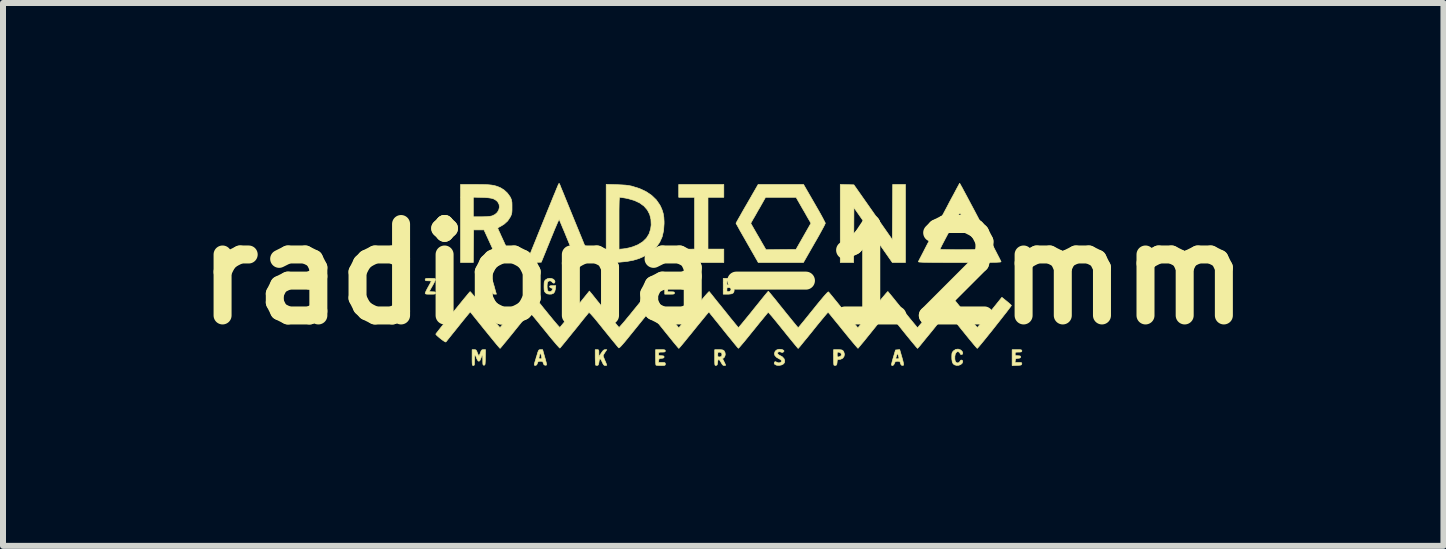
<source format=kicad_pcb>
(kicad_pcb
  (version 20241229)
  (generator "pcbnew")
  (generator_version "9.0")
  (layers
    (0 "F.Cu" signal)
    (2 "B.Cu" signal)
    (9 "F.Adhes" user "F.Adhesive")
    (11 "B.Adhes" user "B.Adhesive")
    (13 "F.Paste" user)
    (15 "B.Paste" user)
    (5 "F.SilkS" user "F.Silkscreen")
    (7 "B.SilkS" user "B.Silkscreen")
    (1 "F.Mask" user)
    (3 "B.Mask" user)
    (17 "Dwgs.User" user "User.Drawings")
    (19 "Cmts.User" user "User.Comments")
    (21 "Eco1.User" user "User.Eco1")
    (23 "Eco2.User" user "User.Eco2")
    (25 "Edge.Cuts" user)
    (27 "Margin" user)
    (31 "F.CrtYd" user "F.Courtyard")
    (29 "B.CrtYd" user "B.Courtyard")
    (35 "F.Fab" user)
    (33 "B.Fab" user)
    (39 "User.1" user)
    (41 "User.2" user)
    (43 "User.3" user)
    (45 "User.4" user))
  (footprint "radiona-12mm"
    (layer "F.Cu")
    (at 9.006 1.519)
    (property "Reference" "radiona-12mm" (at 0 0 0) (layer "F.SilkS") (effects (font (size 1.524 1.524) (thickness 0.3))))
    (attr through_hole)
    (fp_poly (pts (xy 0.01 -1.28) (xy -0.254 -1.28) (xy -0.254 -0.417) (xy 0.01 -0.417) (xy 0.01 -0.193) (xy -0.742 -0.193) (xy -0.737 -0.411) (xy -0.478 -0.417) (xy -0.478 -1.28) (xy -0.742 -1.28) (xy -0.742 -1.494) (xy 0.01 -1.494) (xy 0.01 -1.28)) (stroke (width 0.01) (type solid)) (fill yes) (layer "F.SilkS"))
    (fp_poly (pts (xy 2.064 -1.491) (xy 2.178 -1.488) (xy 2.499 -1.031) (xy 2.819 -0.574) (xy 2.822 -1.034) (xy 2.825 -1.494) (xy 3.038 -1.494) (xy 3.038 -0.193) (xy 2.819 -0.193) (xy 2.499 -0.65) (xy 2.179 -1.108) (xy 2.177 -0.65) (xy 2.174 -0.193) (xy 1.951 -0.193) (xy 1.951 -1.494) (xy 2.064 -1.491)) (stroke (width 0.01) (type solid)) (fill yes) (layer "F.SilkS"))
    (fp_poly (pts (xy -0.854 0.072) (xy -0.829 0.073) (xy -0.817 0.078) (xy -0.813 0.086) (xy -0.813 0.091) (xy -0.815 0.103) (xy -0.826 0.109) (xy -0.849 0.112) (xy -0.869 0.112) (xy -0.926 0.112) (xy -0.923 0.145) (xy -0.919 0.166) (xy -0.909 0.176) (xy -0.887 0.18) (xy -0.876 0.181) (xy -0.848 0.185) (xy -0.836 0.193) (xy -0.833 0.204) (xy -0.836 0.216) (xy -0.849 0.222) (xy -0.877 0.224) (xy -0.879 0.224) (xy -0.907 0.224) (xy -0.92 0.229) (xy -0.924 0.243) (xy -0.925 0.259) (xy -0.925 0.295) (xy -0.869 0.295) (xy -0.836 0.296) (xy -0.82 0.299) (xy -0.813 0.308) (xy -0.813 0.315) (xy -0.814 0.325) (xy -0.822 0.331) (xy -0.84 0.334) (xy -0.873 0.335) (xy -0.894 0.335) (xy -0.975 0.335) (xy -0.975 0.071) (xy -0.894 0.071) (xy -0.854 0.072)) (stroke (width 0.01) (type solid)) (fill yes) (layer "F.SilkS"))
    (fp_poly (pts (xy 0.968 1.255) (xy 0.986 1.26) (xy 1.009 1.272) (xy 1.014 1.285) (xy 1.002 1.299) (xy 1.001 1.3) (xy 0.984 1.307) (xy 0.965 1.301) (xy 0.94 1.294) (xy 0.924 1.296) (xy 0.907 1.308) (xy 0.906 1.326) (xy 0.921 1.343) (xy 0.936 1.352) (xy 0.984 1.378) (xy 1.014 1.41) (xy 1.026 1.446) (xy 1.02 1.478) (xy 1.002 1.499) (xy 0.971 1.515) (xy 0.933 1.522) (xy 0.896 1.52) (xy 0.884 1.517) (xy 0.857 1.502) (xy 0.85 1.485) (xy 0.854 1.473) (xy 0.862 1.461) (xy 0.874 1.461) (xy 0.895 1.47) (xy 0.923 1.48) (xy 0.946 1.477) (xy 0.951 1.475) (xy 0.971 1.459) (xy 0.972 1.442) (xy 0.954 1.424) (xy 0.937 1.415) (xy 0.89 1.388) (xy 0.861 1.357) (xy 0.853 1.324) (xy 0.865 1.289) (xy 0.869 1.283) (xy 0.894 1.263) (xy 0.93 1.253) (xy 0.968 1.255)) (stroke (width 0.01) (type solid)) (fill yes) (layer "F.SilkS"))
    (fp_poly (pts (xy 1.908 1.26) (xy 1.95 1.261) (xy 1.977 1.265) (xy 1.994 1.274) (xy 2.006 1.29) (xy 2.01 1.297) (xy 2.021 1.336) (xy 2.014 1.372) (xy 1.993 1.402) (xy 1.96 1.419) (xy 1.936 1.422) (xy 1.915 1.423) (xy 1.904 1.43) (xy 1.9 1.448) (xy 1.898 1.471) (xy 1.894 1.501) (xy 1.887 1.516) (xy 1.874 1.522) (xy 1.854 1.521) (xy 1.846 1.518) (xy 1.843 1.505) (xy 1.841 1.477) (xy 1.84 1.436) (xy 1.839 1.388) (xy 1.839 1.385) (xy 1.839 1.341) (xy 1.9 1.341) (xy 1.901 1.368) (xy 1.907 1.379) (xy 1.92 1.381) (xy 1.927 1.38) (xy 1.951 1.371) (xy 1.965 1.359) (xy 1.97 1.336) (xy 1.958 1.315) (xy 1.933 1.303) (xy 1.927 1.302) (xy 1.91 1.302) (xy 1.902 1.31) (xy 1.9 1.331) (xy 1.9 1.341) (xy 1.839 1.341) (xy 1.839 1.26) (xy 1.908 1.26)) (stroke (width 0.01) (type solid)) (fill yes) (layer "F.SilkS"))
    (fp_poly (pts (xy 4.938 1.26) (xy 4.962 1.262) (xy 4.974 1.267) (xy 4.978 1.275) (xy 4.978 1.28) (xy 4.976 1.292) (xy 4.965 1.298) (xy 4.942 1.3) (xy 4.923 1.3) (xy 4.891 1.301) (xy 4.874 1.304) (xy 4.868 1.313) (xy 4.867 1.33) (xy 4.867 1.331) (xy 4.868 1.35) (xy 4.876 1.359) (xy 4.895 1.361) (xy 4.912 1.361) (xy 4.941 1.363) (xy 4.955 1.368) (xy 4.958 1.38) (xy 4.958 1.381) (xy 4.954 1.394) (xy 4.939 1.401) (xy 4.915 1.404) (xy 4.888 1.407) (xy 4.874 1.415) (xy 4.869 1.432) (xy 4.869 1.44) (xy 4.865 1.473) (xy 4.923 1.473) (xy 4.955 1.474) (xy 4.972 1.477) (xy 4.977 1.485) (xy 4.977 1.496) (xy 4.973 1.508) (xy 4.965 1.515) (xy 4.947 1.519) (xy 4.914 1.521) (xy 4.895 1.522) (xy 4.816 1.525) (xy 4.816 1.26) (xy 4.897 1.26) (xy 4.938 1.26)) (stroke (width 0.01) (type solid)) (fill yes) (layer "F.SilkS"))
    (fp_poly (pts (xy -3.878 0.076) (xy -3.868 0.079) (xy -3.86 0.085) (xy -3.851 0.099) (xy -3.842 0.123) (xy -3.831 0.159) (xy -3.816 0.21) (xy -3.802 0.262) (xy -3.781 0.335) (xy -3.81 0.335) (xy -3.831 0.332) (xy -3.841 0.317) (xy -3.844 0.304) (xy -3.85 0.285) (xy -3.86 0.276) (xy -3.881 0.275) (xy -3.893 0.276) (xy -3.922 0.28) (xy -3.936 0.289) (xy -3.942 0.305) (xy -3.955 0.326) (xy -3.974 0.333) (xy -4.001 0.336) (xy -3.966 0.219) (xy -3.918 0.219) (xy -3.916 0.23) (xy -3.898 0.234) (xy -3.896 0.234) (xy -3.879 0.232) (xy -3.872 0.225) (xy -3.873 0.206) (xy -3.875 0.191) (xy -3.883 0.156) (xy -3.891 0.14) (xy -3.899 0.144) (xy -3.906 0.167) (xy -3.906 0.168) (xy -3.912 0.196) (xy -3.918 0.217) (xy -3.918 0.219) (xy -3.966 0.219) (xy -3.963 0.206) (xy -3.924 0.076) (xy -3.89 0.076) (xy -3.878 0.076)) (stroke (width 0.01) (type solid)) (fill yes) (layer "F.SilkS"))
    (fp_poly (pts (xy 3.956 1.264) (xy 3.966 1.271) (xy 3.985 1.292) (xy 3.993 1.315) (xy 3.99 1.333) (xy 3.974 1.341) (xy 3.973 1.341) (xy 3.956 1.337) (xy 3.952 1.332) (xy 3.945 1.316) (xy 3.929 1.3) (xy 3.913 1.291) (xy 3.911 1.29) (xy 3.897 1.297) (xy 3.881 1.311) (xy 3.868 1.335) (xy 3.861 1.373) (xy 3.861 1.416) (xy 3.867 1.45) (xy 3.881 1.472) (xy 3.904 1.481) (xy 3.928 1.476) (xy 3.945 1.458) (xy 3.947 1.452) (xy 3.96 1.435) (xy 3.977 1.433) (xy 3.99 1.444) (xy 3.993 1.457) (xy 3.984 1.485) (xy 3.96 1.507) (xy 3.927 1.52) (xy 3.889 1.522) (xy 3.854 1.512) (xy 3.832 1.494) (xy 3.818 1.464) (xy 3.811 1.419) (xy 3.81 1.381) (xy 3.811 1.342) (xy 3.814 1.317) (xy 3.823 1.299) (xy 3.838 1.281) (xy 3.84 1.279) (xy 3.876 1.255) (xy 3.916 1.25) (xy 3.956 1.264)) (stroke (width 0.01) (type solid)) (fill yes) (layer "F.SilkS"))
    (fp_poly (pts (xy 2.979 1.387) (xy 2.994 1.441) (xy 3.003 1.479) (xy 3.007 1.503) (xy 3.006 1.516) (xy 3.001 1.521) (xy 2.977 1.522) (xy 2.96 1.504) (xy 2.953 1.484) (xy 2.947 1.464) (xy 2.935 1.455) (xy 2.911 1.453) (xy 2.907 1.453) (xy 2.88 1.455) (xy 2.866 1.464) (xy 2.856 1.485) (xy 2.855 1.488) (xy 2.843 1.511) (xy 2.827 1.524) (xy 2.813 1.525) (xy 2.805 1.513) (xy 2.805 1.506) (xy 2.808 1.49) (xy 2.816 1.458) (xy 2.827 1.417) (xy 2.829 1.41) (xy 2.875 1.41) (xy 2.884 1.412) (xy 2.905 1.412) (xy 2.924 1.411) (xy 2.93 1.404) (xy 2.927 1.386) (xy 2.924 1.374) (xy 2.914 1.342) (xy 2.907 1.328) (xy 2.899 1.334) (xy 2.891 1.357) (xy 2.889 1.362) (xy 2.881 1.389) (xy 2.876 1.407) (xy 2.875 1.41) (xy 2.829 1.41) (xy 2.839 1.377) (xy 2.872 1.265) (xy 2.942 1.259) (xy 2.979 1.387)) (stroke (width 0.01) (type solid)) (fill yes) (layer "F.SilkS"))
    (fp_poly (pts (xy -1.875 0.073) (xy -1.846 0.08) (xy -1.825 0.092) (xy -1.804 0.121) (xy -1.799 0.156) (xy -1.81 0.193) (xy -1.819 0.206) (xy -1.84 0.233) (xy -1.814 0.284) (xy -1.788 0.335) (xy -1.818 0.335) (xy -1.837 0.333) (xy -1.85 0.323) (xy -1.863 0.301) (xy -1.87 0.284) (xy -1.888 0.251) (xy -1.905 0.235) (xy -1.911 0.234) (xy -1.923 0.237) (xy -1.929 0.249) (xy -1.93 0.276) (xy -1.93 0.284) (xy -1.931 0.315) (xy -1.935 0.33) (xy -1.946 0.335) (xy -1.956 0.335) (xy -1.981 0.335) (xy -1.981 0.152) (xy -1.93 0.152) (xy -1.929 0.179) (xy -1.924 0.19) (xy -1.909 0.192) (xy -1.898 0.191) (xy -1.872 0.184) (xy -1.855 0.17) (xy -1.85 0.147) (xy -1.862 0.127) (xy -1.889 0.115) (xy -1.898 0.114) (xy -1.919 0.113) (xy -1.928 0.119) (xy -1.93 0.139) (xy -1.93 0.152) (xy -1.981 0.152) (xy -1.981 0.071) (xy -1.917 0.071) (xy -1.875 0.073)) (stroke (width 0.01) (type solid)) (fill yes) (layer "F.SilkS"))
    (fp_poly (pts (xy -2.086 1.261) (xy -2.077 1.267) (xy -2.073 1.282) (xy -2.073 1.313) (xy -2.073 1.318) (xy -2.072 1.377) (xy -2.034 1.318) (xy -2.012 1.286) (xy -1.994 1.268) (xy -1.978 1.261) (xy -1.968 1.26) (xy -1.94 1.26) (xy -1.971 1.305) (xy -1.988 1.332) (xy -1.999 1.354) (xy -2.002 1.362) (xy -1.998 1.376) (xy -1.987 1.403) (xy -1.973 1.438) (xy -1.971 1.443) (xy -1.956 1.477) (xy -1.946 1.504) (xy -1.941 1.517) (xy -1.941 1.518) (xy -1.949 1.522) (xy -1.967 1.524) (xy -1.982 1.521) (xy -1.995 1.51) (xy -2.008 1.487) (xy -2.019 1.463) (xy -2.037 1.428) (xy -2.05 1.413) (xy -2.06 1.418) (xy -2.068 1.443) (xy -2.072 1.471) (xy -2.078 1.501) (xy -2.086 1.517) (xy -2.098 1.522) (xy -2.119 1.521) (xy -2.126 1.518) (xy -2.129 1.505) (xy -2.131 1.477) (xy -2.133 1.436) (xy -2.134 1.388) (xy -2.134 1.385) (xy -2.134 1.26) (xy -2.103 1.26) (xy -2.086 1.261)) (stroke (width 0.01) (type solid)) (fill yes) (layer "F.SilkS"))
    (fp_poly (pts (xy -4.839 0.072) (xy -4.813 0.074) (xy -4.8 0.078) (xy -4.796 0.086) (xy -4.796 0.088) (xy -4.8 0.103) (xy -4.813 0.131) (xy -4.832 0.168) (xy -4.846 0.193) (xy -4.868 0.231) (xy -4.885 0.262) (xy -4.895 0.283) (xy -4.897 0.288) (xy -4.888 0.292) (xy -4.865 0.294) (xy -4.846 0.295) (xy -4.816 0.296) (xy -4.801 0.3) (xy -4.796 0.31) (xy -4.796 0.315) (xy -4.797 0.325) (xy -4.805 0.331) (xy -4.822 0.334) (xy -4.853 0.335) (xy -4.882 0.335) (xy -4.925 0.335) (xy -4.951 0.333) (xy -4.964 0.328) (xy -4.968 0.321) (xy -4.968 0.319) (xy -4.963 0.303) (xy -4.95 0.275) (xy -4.931 0.238) (xy -4.917 0.213) (xy -4.896 0.175) (xy -4.879 0.144) (xy -4.869 0.124) (xy -4.867 0.118) (xy -4.876 0.115) (xy -4.899 0.112) (xy -4.917 0.112) (xy -4.948 0.111) (xy -4.963 0.106) (xy -4.968 0.096) (xy -4.968 0.091) (xy -4.967 0.082) (xy -4.959 0.076) (xy -4.942 0.072) (xy -4.911 0.071) (xy -4.882 0.071) (xy -4.839 0.072)) (stroke (width 0.01) (type solid)) (fill yes) (layer "F.SilkS"))
    (fp_poly (pts (xy -2.863 0.073) (xy -2.832 0.085) (xy -2.811 0.105) (xy -2.804 0.128) (xy -2.811 0.147) (xy -2.826 0.152) (xy -2.844 0.143) (xy -2.853 0.132) (xy -2.872 0.116) (xy -2.898 0.113) (xy -2.92 0.123) (xy -2.926 0.131) (xy -2.933 0.157) (xy -2.936 0.193) (xy -2.935 0.232) (xy -2.93 0.264) (xy -2.926 0.275) (xy -2.908 0.291) (xy -2.885 0.293) (xy -2.863 0.283) (xy -2.848 0.262) (xy -2.845 0.245) (xy -2.853 0.236) (xy -2.868 0.232) (xy -2.887 0.222) (xy -2.894 0.211) (xy -2.893 0.2) (xy -2.882 0.195) (xy -2.856 0.193) (xy -2.844 0.193) (xy -2.791 0.193) (xy -2.797 0.246) (xy -2.808 0.291) (xy -2.827 0.319) (xy -2.859 0.333) (xy -2.892 0.335) (xy -2.928 0.331) (xy -2.954 0.318) (xy -2.962 0.31) (xy -2.975 0.296) (xy -2.982 0.279) (xy -2.986 0.255) (xy -2.987 0.218) (xy -2.987 0.203) (xy -2.986 0.161) (xy -2.984 0.134) (xy -2.977 0.115) (xy -2.967 0.101) (xy -2.962 0.096) (xy -2.933 0.078) (xy -2.898 0.07) (xy -2.863 0.073)) (stroke (width 0.01) (type solid)) (fill yes) (layer "F.SilkS"))
    (fp_poly (pts (xy -1.006 1.26) (xy -0.982 1.262) (xy -0.97 1.267) (xy -0.966 1.275) (xy -0.965 1.28) (xy -0.968 1.292) (xy -0.978 1.298) (xy -1.001 1.3) (xy -1.021 1.3) (xy -1.053 1.301) (xy -1.07 1.304) (xy -1.076 1.313) (xy -1.077 1.33) (xy -1.077 1.331) (xy -1.076 1.35) (xy -1.068 1.359) (xy -1.048 1.361) (xy -1.031 1.361) (xy -1.003 1.363) (xy -0.989 1.368) (xy -0.986 1.38) (xy -0.986 1.381) (xy -0.989 1.394) (xy -1.005 1.401) (xy -1.029 1.404) (xy -1.056 1.407) (xy -1.069 1.415) (xy -1.074 1.432) (xy -1.075 1.44) (xy -1.078 1.473) (xy -1.022 1.473) (xy -0.989 1.474) (xy -0.973 1.477) (xy -0.966 1.486) (xy -0.965 1.499) (xy -0.966 1.512) (xy -0.972 1.519) (xy -0.987 1.523) (xy -1.016 1.524) (xy -1.04 1.524) (xy -1.077 1.523) (xy -1.106 1.521) (xy -1.12 1.518) (xy -1.121 1.517) (xy -1.124 1.505) (xy -1.126 1.477) (xy -1.127 1.436) (xy -1.128 1.388) (xy -1.128 1.385) (xy -1.128 1.26) (xy -1.046 1.26) (xy -1.006 1.26)) (stroke (width 0.01) (type solid)) (fill yes) (layer "F.SilkS"))
    (fp_poly (pts (xy -2.977 1.379) (xy -2.961 1.434) (xy -2.951 1.472) (xy -2.946 1.497) (xy -2.945 1.511) (xy -2.948 1.517) (xy -2.956 1.519) (xy -2.966 1.519) (xy -2.985 1.514) (xy -2.996 1.496) (xy -2.999 1.486) (xy -3.007 1.464) (xy -3.02 1.455) (xy -3.044 1.453) (xy -3.048 1.453) (xy -3.074 1.455) (xy -3.088 1.463) (xy -3.096 1.483) (xy -3.097 1.486) (xy -3.109 1.513) (xy -3.127 1.522) (xy -3.146 1.52) (xy -3.15 1.511) (xy -3.147 1.491) (xy -3.14 1.467) (xy -3.133 1.444) (xy -3.122 1.408) (xy -3.118 1.394) (xy -3.071 1.394) (xy -3.07 1.408) (xy -3.061 1.412) (xy -3.048 1.412) (xy -3.031 1.411) (xy -3.025 1.405) (xy -3.026 1.388) (xy -3.031 1.367) (xy -3.038 1.339) (xy -3.045 1.323) (xy -3.048 1.321) (xy -3.054 1.33) (xy -3.062 1.352) (xy -3.065 1.367) (xy -3.071 1.394) (xy -3.118 1.394) (xy -3.109 1.365) (xy -3.104 1.349) (xy -3.092 1.307) (xy -3.082 1.281) (xy -3.073 1.267) (xy -3.063 1.261) (xy -3.048 1.26) (xy -3.044 1.26) (xy -3.01 1.26) (xy -2.977 1.379)) (stroke (width 0.01) (type solid)) (fill yes) (layer "F.SilkS"))
    (fp_poly (pts (xy 0.122 0.075) (xy 0.158 0.086) (xy 0.178 0.106) (xy 0.183 0.13) (xy 0.177 0.16) (xy 0.168 0.18) (xy 0.158 0.197) (xy 0.162 0.208) (xy 0.168 0.214) (xy 0.178 0.232) (xy 0.183 0.261) (xy 0.183 0.265) (xy 0.178 0.297) (xy 0.163 0.318) (xy 0.134 0.33) (xy 0.088 0.335) (xy 0.069 0.335) (xy 0 0.335) (xy 0 0.259) (xy 0.061 0.259) (xy 0.061 0.26) (xy 0.062 0.284) (xy 0.07 0.293) (xy 0.088 0.293) (xy 0.088 0.293) (xy 0.112 0.285) (xy 0.125 0.273) (xy 0.131 0.249) (xy 0.12 0.231) (xy 0.095 0.224) (xy 0.092 0.224) (xy 0.071 0.225) (xy 0.063 0.235) (xy 0.061 0.259) (xy 0 0.259) (xy 0 0.146) (xy 0.061 0.146) (xy 0.061 0.147) (xy 0.063 0.171) (xy 0.071 0.181) (xy 0.085 0.183) (xy 0.11 0.176) (xy 0.123 0.167) (xy 0.13 0.146) (xy 0.12 0.127) (xy 0.096 0.115) (xy 0.088 0.114) (xy 0.07 0.113) (xy 0.062 0.123) (xy 0.061 0.146) (xy 0 0.146) (xy 0 0.071) (xy 0.069 0.071) (xy 0.122 0.075)) (stroke (width 0.01) (type solid)) (fill yes) (layer "F.SilkS"))
    (fp_poly (pts (xy -0.033 1.261) (xy -0.008 1.265) (xy 0.009 1.274) (xy 0.016 1.281) (xy 0.031 1.311) (xy 0.034 1.346) (xy 0.024 1.378) (xy 0.012 1.393) (xy -0.011 1.411) (xy 0.015 1.462) (xy 0.029 1.491) (xy 0.038 1.512) (xy 0.041 1.519) (xy 0.032 1.523) (xy 0.015 1.524) (xy -0.002 1.52) (xy -0.017 1.505) (xy -0.034 1.475) (xy -0.036 1.473) (xy -0.056 1.439) (xy -0.072 1.424) (xy -0.084 1.429) (xy -0.092 1.453) (xy -0.093 1.471) (xy -0.097 1.501) (xy -0.104 1.516) (xy -0.117 1.522) (xy -0.119 1.522) (xy -0.129 1.523) (xy -0.135 1.52) (xy -0.139 1.51) (xy -0.141 1.49) (xy -0.142 1.456) (xy -0.142 1.406) (xy -0.142 1.393) (xy -0.142 1.34) (xy -0.091 1.34) (xy -0.09 1.367) (xy -0.084 1.379) (xy -0.069 1.382) (xy -0.069 1.382) (xy -0.044 1.378) (xy -0.032 1.373) (xy -0.023 1.357) (xy -0.022 1.335) (xy -0.028 1.314) (xy -0.043 1.305) (xy -0.058 1.302) (xy -0.079 1.302) (xy -0.089 1.308) (xy -0.091 1.327) (xy -0.091 1.34) (xy -0.142 1.34) (xy -0.142 1.26) (xy -0.073 1.26) (xy -0.033 1.261)) (stroke (width 0.01) (type solid)) (fill yes) (layer "F.SilkS"))
    (fp_poly (pts (xy -4.131 1.261) (xy -4.118 1.269) (xy -4.107 1.288) (xy -4.099 1.311) (xy -4.087 1.339) (xy -4.077 1.357) (xy -4.073 1.361) (xy -4.066 1.353) (xy -4.055 1.33) (xy -4.048 1.311) (xy -4.036 1.281) (xy -4.025 1.266) (xy -4.01 1.26) (xy -3.996 1.26) (xy -3.962 1.26) (xy -3.965 1.389) (xy -3.966 1.443) (xy -3.968 1.479) (xy -3.97 1.502) (xy -3.975 1.513) (xy -3.981 1.518) (xy -3.988 1.519) (xy -3.998 1.517) (xy -4.004 1.51) (xy -4.007 1.493) (xy -4.008 1.462) (xy -4.008 1.431) (xy -4.009 1.392) (xy -4.011 1.363) (xy -4.014 1.348) (xy -4.015 1.347) (xy -4.022 1.359) (xy -4.032 1.383) (xy -4.039 1.402) (xy -4.054 1.438) (xy -4.07 1.453) (xy -4.086 1.448) (xy -4.102 1.422) (xy -4.11 1.405) (xy -4.124 1.369) (xy -4.134 1.352) (xy -4.14 1.353) (xy -4.144 1.374) (xy -4.145 1.414) (xy -4.145 1.431) (xy -4.146 1.475) (xy -4.147 1.502) (xy -4.151 1.517) (xy -4.157 1.523) (xy -4.166 1.524) (xy -4.174 1.523) (xy -4.18 1.517) (xy -4.183 1.504) (xy -4.185 1.48) (xy -4.186 1.442) (xy -4.186 1.392) (xy -4.186 1.26) (xy -4.151 1.26) (xy -4.131 1.261)) (stroke (width 0.01) (type solid)) (fill yes) (layer "F.SilkS"))
    (fp_poly (pts (xy 1.52 -1.181) (xy 1.562 -1.108) (xy 1.601 -1.04) (xy 1.635 -0.979) (xy 1.663 -0.927) (xy 1.684 -0.886) (xy 1.698 -0.859) (xy 1.702 -0.848) (xy 1.697 -0.835) (xy 1.683 -0.806) (xy 1.661 -0.764) (xy 1.632 -0.711) (xy 1.598 -0.649) (xy 1.559 -0.58) (xy 1.519 -0.511) (xy 1.337 -0.193) (xy 0.96 -0.193) (xy 0.584 -0.193) (xy 0.399 -0.517) (xy 0.357 -0.591) (xy 0.318 -0.659) (xy 0.283 -0.72) (xy 0.255 -0.771) (xy 0.233 -0.811) (xy 0.218 -0.837) (xy 0.214 -0.847) (xy 0.459 -0.847) (xy 0.505 -0.766) (xy 0.527 -0.728) (xy 0.556 -0.677) (xy 0.589 -0.621) (xy 0.622 -0.564) (xy 0.632 -0.546) (xy 0.713 -0.406) (xy 0.963 -0.409) (xy 1.213 -0.411) (xy 1.338 -0.63) (xy 1.462 -0.848) (xy 1.445 -0.878) (xy 1.434 -0.897) (xy 1.415 -0.929) (xy 1.39 -0.973) (xy 1.361 -1.025) (xy 1.328 -1.081) (xy 1.32 -1.095) (xy 1.214 -1.28) (xy 0.96 -1.28) (xy 0.706 -1.28) (xy 0.61 -1.11) (xy 0.577 -1.054) (xy 0.547 -1) (xy 0.52 -0.953) (xy 0.498 -0.916) (xy 0.486 -0.894) (xy 0.459 -0.847) (xy 0.214 -0.847) (xy 0.213 -0.847) (xy 0.213 -0.847) (xy 0.218 -0.858) (xy 0.232 -0.883) (xy 0.254 -0.923) (xy 0.283 -0.973) (xy 0.317 -1.034) (xy 0.356 -1.102) (xy 0.398 -1.174) (xy 0.582 -1.494) (xy 1.339 -1.494) (xy 1.52 -1.181)) (stroke (width 0.01) (type solid)) (fill yes) (layer "F.SilkS"))
    (fp_poly (pts (xy -1.775 -1.491) (xy -1.694 -1.487) (xy -1.628 -1.483) (xy -1.574 -1.476) (xy -1.528 -1.467) (xy -1.517 -1.464) (xy -1.393 -1.425) (xy -1.285 -1.374) (xy -1.193 -1.312) (xy -1.117 -1.239) (xy -1.059 -1.156) (xy -1.042 -1.124) (xy -1.017 -1.065) (xy -1 -1.008) (xy -0.99 -0.948) (xy -0.986 -0.877) (xy -0.986 -0.84) (xy -0.994 -0.725) (xy -1.018 -0.621) (xy -1.059 -0.53) (xy -1.117 -0.448) (xy -1.192 -0.377) (xy -1.234 -0.347) (xy -1.317 -0.298) (xy -1.404 -0.259) (xy -1.498 -0.231) (xy -1.603 -0.211) (xy -1.723 -0.199) (xy -1.786 -0.196) (xy -1.951 -0.19) (xy -1.951 -0.847) (xy -1.737 -0.847) (xy -1.737 -0.414) (xy -1.667 -0.42) (xy -1.62 -0.427) (xy -1.567 -0.438) (xy -1.517 -0.452) (xy -1.516 -0.452) (xy -1.42 -0.49) (xy -1.342 -0.539) (xy -1.28 -0.599) (xy -1.236 -0.67) (xy -1.21 -0.751) (xy -1.201 -0.819) (xy -1.205 -0.912) (xy -1.226 -0.996) (xy -1.265 -1.07) (xy -1.321 -1.134) (xy -1.394 -1.187) (xy -1.483 -1.228) (xy -1.587 -1.258) (xy -1.62 -1.265) (xy -1.662 -1.272) (xy -1.697 -1.277) (xy -1.719 -1.28) (xy -1.723 -1.28) (xy -1.727 -1.277) (xy -1.73 -1.268) (xy -1.732 -1.249) (xy -1.734 -1.221) (xy -1.735 -1.181) (xy -1.736 -1.127) (xy -1.737 -1.059) (xy -1.737 -0.974) (xy -1.737 -0.87) (xy -1.737 -0.847) (xy -1.951 -0.847) (xy -1.951 -1.496) (xy -1.775 -1.491)) (stroke (width 0.01) (type solid)) (fill yes) (layer "F.SilkS"))
    (fp_poly (pts (xy -2.729 -1.505) (xy -2.725 -1.494) (xy -2.719 -1.48) (xy -2.707 -1.449) (xy -2.688 -1.403) (xy -2.663 -1.343) (xy -2.634 -1.271) (xy -2.6 -1.188) (xy -2.563 -1.097) (xy -2.523 -0.999) (xy -2.481 -0.896) (xy -2.476 -0.884) (xy -2.433 -0.779) (xy -2.392 -0.679) (xy -2.353 -0.584) (xy -2.318 -0.498) (xy -2.287 -0.421) (xy -2.26 -0.356) (xy -2.239 -0.304) (xy -2.224 -0.267) (xy -2.216 -0.247) (xy -2.216 -0.246) (xy -2.195 -0.192) (xy -2.318 -0.195) (xy -2.44 -0.198) (xy -2.584 -0.55) (xy -2.617 -0.63) (xy -2.647 -0.704) (xy -2.675 -0.769) (xy -2.698 -0.825) (xy -2.716 -0.868) (xy -2.728 -0.897) (xy -2.734 -0.909) (xy -2.734 -0.909) (xy -2.74 -0.902) (xy -2.752 -0.879) (xy -2.768 -0.843) (xy -2.788 -0.796) (xy -2.81 -0.745) (xy -2.838 -0.676) (xy -2.871 -0.596) (xy -2.905 -0.512) (xy -2.938 -0.432) (xy -2.956 -0.386) (xy -3.033 -0.198) (xy -3.152 -0.195) (xy -3.2 -0.195) (xy -3.238 -0.196) (xy -3.263 -0.198) (xy -3.272 -0.202) (xy -3.268 -0.212) (xy -3.257 -0.24) (xy -3.24 -0.282) (xy -3.218 -0.338) (xy -3.191 -0.406) (xy -3.16 -0.482) (xy -3.126 -0.566) (xy -3.09 -0.656) (xy -3.052 -0.75) (xy -3.013 -0.846) (xy -2.974 -0.942) (xy -2.936 -1.036) (xy -2.899 -1.127) (xy -2.864 -1.212) (xy -2.833 -1.289) (xy -2.804 -1.358) (xy -2.781 -1.415) (xy -2.762 -1.46) (xy -2.75 -1.489) (xy -2.744 -1.502) (xy -2.736 -1.512) (xy -2.729 -1.505)) (stroke (width 0.01) (type solid)) (fill yes) (layer "F.SilkS"))
    (fp_poly (pts (xy -4.042 -1.493) (xy -3.97 -1.492) (xy -3.911 -1.489) (xy -3.862 -1.484) (xy -3.821 -1.477) (xy -3.784 -1.467) (xy -3.748 -1.454) (xy -3.711 -1.438) (xy -3.652 -1.401) (xy -3.598 -1.351) (xy -3.555 -1.292) (xy -3.546 -1.275) (xy -3.534 -1.249) (xy -3.527 -1.223) (xy -3.522 -1.193) (xy -3.521 -1.152) (xy -3.521 -1.118) (xy -3.521 -1.067) (xy -3.523 -1.031) (xy -3.528 -1.004) (xy -3.537 -0.978) (xy -3.549 -0.953) (xy -3.593 -0.886) (xy -3.654 -0.831) (xy -3.708 -0.798) (xy -3.736 -0.783) (xy -3.754 -0.771) (xy -3.759 -0.766) (xy -3.755 -0.756) (xy -3.744 -0.729) (xy -3.725 -0.689) (xy -3.702 -0.637) (xy -3.674 -0.577) (xy -3.643 -0.509) (xy -3.632 -0.485) (xy -3.6 -0.416) (xy -3.571 -0.352) (xy -3.546 -0.296) (xy -3.526 -0.252) (xy -3.512 -0.22) (xy -3.506 -0.203) (xy -3.505 -0.201) (xy -3.515 -0.198) (xy -3.54 -0.196) (xy -3.579 -0.195) (xy -3.622 -0.195) (xy -3.74 -0.198) (xy -3.864 -0.467) (xy -3.988 -0.737) (xy -4.161 -0.737) (xy -4.166 -0.193) (xy -4.379 -0.193) (xy -4.379 -0.955) (xy -4.166 -0.955) (xy -4.035 -0.955) (xy -3.953 -0.957) (xy -3.89 -0.963) (xy -3.853 -0.97) (xy -3.804 -0.994) (xy -3.766 -1.028) (xy -3.742 -1.069) (xy -3.731 -1.115) (xy -3.736 -1.16) (xy -3.758 -1.202) (xy -3.772 -1.217) (xy -3.799 -1.238) (xy -3.829 -1.254) (xy -3.867 -1.265) (xy -3.916 -1.272) (xy -3.979 -1.277) (xy -4.021 -1.278) (xy -4.166 -1.282) (xy -4.166 -0.955) (xy -4.379 -0.955) (xy -4.379 -1.494) (xy -4.132 -1.494) (xy -4.042 -1.493)) (stroke (width 0.01) (type solid)) (fill yes) (layer "F.SilkS"))
    (fp_poly (pts (xy 3.947 -1.505) (xy 3.961 -1.48) (xy 3.983 -1.441) (xy 4.011 -1.388) (xy 4.045 -1.325) (xy 4.084 -1.252) (xy 4.127 -1.171) (xy 4.173 -1.085) (xy 4.221 -0.994) (xy 4.27 -0.901) (xy 4.32 -0.807) (xy 4.369 -0.715) (xy 4.416 -0.624) (xy 4.461 -0.539) (xy 4.503 -0.459) (xy 4.54 -0.387) (xy 4.572 -0.325) (xy 4.598 -0.275) (xy 4.617 -0.237) (xy 4.629 -0.214) (xy 4.631 -0.208) (xy 4.63 -0.205) (xy 4.624 -0.202) (xy 4.611 -0.2) (xy 4.591 -0.199) (xy 4.562 -0.197) (xy 4.522 -0.196) (xy 4.471 -0.195) (xy 4.406 -0.194) (xy 4.328 -0.194) (xy 4.233 -0.193) (xy 4.121 -0.193) (xy 3.991 -0.193) (xy 3.942 -0.193) (xy 3.803 -0.193) (xy 3.683 -0.193) (xy 3.581 -0.194) (xy 3.496 -0.194) (xy 3.426 -0.195) (xy 3.369 -0.196) (xy 3.326 -0.197) (xy 3.294 -0.199) (xy 3.272 -0.2) (xy 3.259 -0.203) (xy 3.253 -0.205) (xy 3.253 -0.206) (xy 3.258 -0.218) (xy 3.272 -0.246) (xy 3.294 -0.288) (xy 3.322 -0.342) (xy 3.356 -0.408) (xy 3.359 -0.414) (xy 3.614 -0.414) (xy 3.625 -0.412) (xy 3.654 -0.41) (xy 3.698 -0.409) (xy 3.755 -0.408) (xy 3.822 -0.407) (xy 3.898 -0.406) (xy 3.942 -0.406) (xy 4.021 -0.407) (xy 4.093 -0.407) (xy 4.157 -0.408) (xy 4.208 -0.41) (xy 4.246 -0.411) (xy 4.267 -0.413) (xy 4.27 -0.414) (xy 4.266 -0.424) (xy 4.254 -0.449) (xy 4.235 -0.487) (xy 4.21 -0.535) (xy 4.18 -0.591) (xy 4.148 -0.651) (xy 4.114 -0.715) (xy 4.08 -0.779) (xy 4.046 -0.84) (xy 4.016 -0.896) (xy 3.989 -0.944) (xy 3.967 -0.983) (xy 3.952 -1.009) (xy 3.949 -1.014) (xy 3.942 -1.011) (xy 3.927 -0.991) (xy 3.904 -0.954) (xy 3.873 -0.901) (xy 3.833 -0.83) (xy 3.784 -0.742) (xy 3.775 -0.725) (xy 3.736 -0.653) (xy 3.701 -0.587) (xy 3.67 -0.528) (xy 3.645 -0.48) (xy 3.627 -0.443) (xy 3.616 -0.42) (xy 3.614 -0.414) (xy 3.359 -0.414) (xy 3.394 -0.482) (xy 3.437 -0.564) (xy 3.483 -0.651) (xy 3.531 -0.742) (xy 3.58 -0.836) (xy 3.629 -0.93) (xy 3.678 -1.022) (xy 3.726 -1.112) (xy 3.77 -1.197) (xy 3.812 -1.275) (xy 3.85 -1.345) (xy 3.882 -1.406) (xy 3.908 -1.454) (xy 3.927 -1.489) (xy 3.939 -1.51) (xy 3.942 -1.514) (xy 3.947 -1.505)) (stroke (width 0.01) (type solid)) (fill yes) (layer "F.SilkS"))
    (fp_poly (pts (xy -2.211 0.307) (xy -2.2 0.32) (xy -2.178 0.347) (xy -2.147 0.386) (xy -2.108 0.435) (xy -2.062 0.491) (xy -2.012 0.554) (xy -1.969 0.607) (xy -1.916 0.672) (xy -1.868 0.731) (xy -1.825 0.784) (xy -1.789 0.828) (xy -1.761 0.862) (xy -1.743 0.882) (xy -1.737 0.889) (xy -1.729 0.883) (xy -1.71 0.862) (xy -1.681 0.829) (xy -1.643 0.785) (xy -1.599 0.731) (xy -1.549 0.671) (xy -1.495 0.604) (xy -1.483 0.589) (xy -1.428 0.522) (xy -1.378 0.459) (xy -1.333 0.404) (xy -1.295 0.357) (xy -1.265 0.32) (xy -1.245 0.296) (xy -1.236 0.285) (xy -1.236 0.284) (xy -1.229 0.292) (xy -1.211 0.314) (xy -1.184 0.348) (xy -1.147 0.393) (xy -1.104 0.447) (xy -1.055 0.508) (xy -1.001 0.575) (xy -0.99 0.589) (xy -0.936 0.657) (xy -0.885 0.719) (xy -0.84 0.775) (xy -0.802 0.822) (xy -0.771 0.858) (xy -0.751 0.883) (xy -0.741 0.893) (xy -0.74 0.894) (xy -0.733 0.886) (xy -0.714 0.864) (xy -0.685 0.83) (xy -0.648 0.785) (xy -0.604 0.731) (xy -0.554 0.67) (xy -0.5 0.603) (xy -0.488 0.588) (xy -0.433 0.521) (xy -0.382 0.459) (xy -0.337 0.404) (xy -0.298 0.358) (xy -0.267 0.323) (xy -0.245 0.3) (xy -0.235 0.291) (xy -0.234 0.291) (xy -0.226 0.301) (xy -0.207 0.324) (xy -0.178 0.36) (xy -0.141 0.407) (xy -0.097 0.462) (xy -0.047 0.523) (xy 0.007 0.59) (xy 0.01 0.594) (xy 0.064 0.661) (xy 0.113 0.723) (xy 0.158 0.777) (xy 0.195 0.823) (xy 0.225 0.859) (xy 0.244 0.882) (xy 0.253 0.892) (xy 0.253 0.892) (xy 0.261 0.885) (xy 0.28 0.863) (xy 0.308 0.83) (xy 0.345 0.785) (xy 0.389 0.731) (xy 0.439 0.67) (xy 0.493 0.603) (xy 0.503 0.59) (xy 0.558 0.522) (xy 0.608 0.46) (xy 0.653 0.404) (xy 0.691 0.357) (xy 0.721 0.321) (xy 0.742 0.296) (xy 0.751 0.286) (xy 0.752 0.286) (xy 0.759 0.293) (xy 0.778 0.315) (xy 0.806 0.349) (xy 0.843 0.394) (xy 0.887 0.448) (xy 0.936 0.51) (xy 0.99 0.576) (xy 1.001 0.59) (xy 1.055 0.658) (xy 1.106 0.72) (xy 1.151 0.776) (xy 1.189 0.822) (xy 1.219 0.859) (xy 1.24 0.883) (xy 1.249 0.894) (xy 1.25 0.894) (xy 1.257 0.886) (xy 1.276 0.864) (xy 1.304 0.83) (xy 1.341 0.785) (xy 1.385 0.731) (xy 1.434 0.67) (xy 1.488 0.603) (xy 1.499 0.59) (xy 1.567 0.505) (xy 1.624 0.436) (xy 1.67 0.381) (xy 1.705 0.341) (xy 1.731 0.313) (xy 1.747 0.299) (xy 1.754 0.296) (xy 1.763 0.306) (xy 1.783 0.33) (xy 1.813 0.366) (xy 1.851 0.413) (xy 1.896 0.468) (xy 1.946 0.53) (xy 2 0.597) (xy 2.003 0.6) (xy 2.056 0.667) (xy 2.106 0.728) (xy 2.15 0.782) (xy 2.188 0.828) (xy 2.217 0.862) (xy 2.236 0.885) (xy 2.244 0.894) (xy 2.245 0.894) (xy 2.252 0.886) (xy 2.271 0.864) (xy 2.299 0.83) (xy 2.336 0.785) (xy 2.38 0.731) (xy 2.43 0.67) (xy 2.484 0.603) (xy 2.494 0.59) (xy 2.548 0.522) (xy 2.599 0.46) (xy 2.644 0.405) (xy 2.683 0.359) (xy 2.713 0.323) (xy 2.734 0.3) (xy 2.744 0.29) (xy 2.744 0.29) (xy 2.752 0.299) (xy 2.771 0.322) (xy 2.8 0.357) (xy 2.837 0.402) (xy 2.881 0.457) (xy 2.931 0.518) (xy 2.985 0.585) (xy 2.992 0.594) (xy 3.047 0.661) (xy 3.097 0.723) (xy 3.142 0.778) (xy 3.18 0.824) (xy 3.21 0.86) (xy 3.23 0.884) (xy 3.239 0.893) (xy 3.24 0.894) (xy 3.247 0.886) (xy 3.265 0.864) (xy 3.293 0.831) (xy 3.328 0.788) (xy 3.369 0.738) (xy 3.415 0.682) (xy 3.463 0.623) (xy 3.512 0.563) (xy 3.56 0.503) (xy 3.606 0.446) (xy 3.647 0.394) (xy 3.683 0.349) (xy 3.711 0.313) (xy 3.72 0.303) (xy 3.724 0.298) (xy 3.73 0.296) (xy 3.737 0.299) (xy 3.748 0.307) (xy 3.763 0.322) (xy 3.785 0.346) (xy 3.813 0.38) (xy 3.85 0.424) (xy 3.897 0.482) (xy 3.954 0.553) (xy 3.982 0.588) (xy 4.037 0.656) (xy 4.088 0.718) (xy 4.134 0.773) (xy 4.173 0.819) (xy 4.204 0.855) (xy 4.226 0.879) (xy 4.237 0.888) (xy 4.237 0.889) (xy 4.246 0.88) (xy 4.265 0.857) (xy 4.294 0.822) (xy 4.331 0.777) (xy 4.374 0.724) (xy 4.422 0.665) (xy 4.446 0.635) (xy 4.645 0.387) (xy 4.723 0.45) (xy 4.757 0.478) (xy 4.784 0.502) (xy 4.8 0.518) (xy 4.804 0.523) (xy 4.798 0.533) (xy 4.781 0.556) (xy 4.754 0.592) (xy 4.72 0.637) (xy 4.678 0.69) (xy 4.632 0.749) (xy 4.582 0.812) (xy 4.531 0.877) (xy 4.479 0.943) (xy 4.428 1.006) (xy 4.38 1.066) (xy 4.336 1.12) (xy 4.298 1.166) (xy 4.268 1.202) (xy 4.246 1.227) (xy 4.235 1.238) (xy 4.235 1.239) (xy 4.227 1.231) (xy 4.208 1.21) (xy 4.179 1.176) (xy 4.142 1.131) (xy 4.097 1.077) (xy 4.047 1.015) (xy 3.993 0.948) (xy 3.981 0.934) (xy 3.919 0.856) (xy 3.868 0.793) (xy 3.827 0.743) (xy 3.795 0.705) (xy 3.771 0.677) (xy 3.753 0.658) (xy 3.741 0.647) (xy 3.732 0.643) (xy 3.726 0.643) (xy 3.721 0.646) (xy 3.719 0.649) (xy 3.697 0.678) (xy 3.666 0.717) (xy 3.628 0.764) (xy 3.585 0.818) (xy 3.538 0.876) (xy 3.49 0.936) (xy 3.441 0.996) (xy 3.394 1.053) (xy 3.35 1.107) (xy 3.312 1.154) (xy 3.28 1.193) (xy 3.256 1.221) (xy 3.242 1.236) (xy 3.24 1.239) (xy 3.232 1.231) (xy 3.213 1.21) (xy 3.185 1.176) (xy 3.147 1.131) (xy 3.103 1.077) (xy 3.053 1.016) (xy 2.999 0.949) (xy 2.987 0.934) (xy 2.933 0.866) (xy 2.882 0.804) (xy 2.837 0.749) (xy 2.799 0.702) (xy 2.769 0.666) (xy 2.748 0.642) (xy 2.739 0.632) (xy 2.738 0.632) (xy 2.731 0.64) (xy 2.713 0.663) (xy 2.685 0.697) (xy 2.649 0.743) (xy 2.605 0.797) (xy 2.556 0.858) (xy 2.502 0.925) (xy 2.494 0.935) (xy 2.44 1.002) (xy 2.39 1.064) (xy 2.345 1.12) (xy 2.306 1.166) (xy 2.276 1.202) (xy 2.256 1.227) (xy 2.247 1.237) (xy 2.246 1.237) (xy 2.239 1.23) (xy 2.22 1.209) (xy 2.191 1.175) (xy 2.154 1.131) (xy 2.109 1.077) (xy 2.06 1.017) (xy 2.006 0.95) (xy 1.997 0.94) (xy 1.943 0.872) (xy 1.892 0.81) (xy 1.847 0.755) (xy 1.809 0.708) (xy 1.779 0.671) (xy 1.758 0.647) (xy 1.749 0.636) (xy 1.749 0.636) (xy 1.741 0.643) (xy 1.722 0.664) (xy 1.694 0.697) (xy 1.657 0.742) (xy 1.613 0.795) (xy 1.563 0.856) (xy 1.509 0.923) (xy 1.499 0.936) (xy 1.444 1.004) (xy 1.394 1.066) (xy 1.348 1.121) (xy 1.31 1.168) (xy 1.28 1.205) (xy 1.259 1.229) (xy 1.25 1.239) (xy 1.249 1.24) (xy 1.242 1.232) (xy 1.223 1.21) (xy 1.195 1.176) (xy 1.158 1.131) (xy 1.114 1.077) (xy 1.064 1.016) (xy 1.011 0.949) (xy 1 0.936) (xy 0.946 0.869) (xy 0.895 0.806) (xy 0.85 0.751) (xy 0.812 0.705) (xy 0.781 0.67) (xy 0.76 0.646) (xy 0.75 0.637) (xy 0.75 0.637) (xy 0.742 0.645) (xy 0.723 0.668) (xy 0.694 0.703) (xy 0.657 0.749) (xy 0.612 0.803) (xy 0.562 0.865) (xy 0.509 0.931) (xy 0.501 0.94) (xy 0.447 1.007) (xy 0.397 1.069) (xy 0.352 1.124) (xy 0.313 1.17) (xy 0.283 1.205) (xy 0.263 1.228) (xy 0.253 1.237) (xy 0.253 1.237) (xy 0.245 1.229) (xy 0.226 1.207) (xy 0.197 1.172) (xy 0.16 1.126) (xy 0.116 1.072) (xy 0.066 1.011) (xy 0.012 0.944) (xy 0.005 0.935) (xy -0.049 0.867) (xy -0.099 0.805) (xy -0.144 0.75) (xy -0.181 0.703) (xy -0.211 0.667) (xy -0.23 0.642) (xy -0.239 0.632) (xy -0.239 0.632) (xy -0.246 0.639) (xy -0.264 0.66) (xy -0.292 0.693) (xy -0.328 0.738) (xy -0.372 0.791) (xy -0.422 0.852) (xy -0.476 0.919) (xy -0.488 0.934) (xy -0.543 1.002) (xy -0.594 1.064) (xy -0.639 1.12) (xy -0.678 1.167) (xy -0.709 1.204) (xy -0.73 1.228) (xy -0.74 1.239) (xy -0.74 1.239) (xy -0.748 1.231) (xy -0.767 1.209) (xy -0.795 1.175) (xy -0.832 1.131) (xy -0.875 1.077) (xy -0.924 1.017) (xy -0.97 0.96) (xy -1.023 0.894) (xy -1.073 0.832) (xy -1.118 0.776) (xy -1.156 0.728) (xy -1.186 0.69) (xy -1.207 0.665) (xy -1.215 0.655) (xy -1.236 0.629) (xy -1.483 0.935) (xy -1.548 1.015) (xy -1.601 1.081) (xy -1.644 1.133) (xy -1.678 1.172) (xy -1.704 1.201) (xy -1.722 1.219) (xy -1.734 1.228) (xy -1.742 1.23) (xy -1.743 1.229) (xy -1.752 1.219) (xy -1.772 1.195) (xy -1.802 1.158) (xy -1.841 1.111) (xy -1.886 1.056) (xy -1.936 0.994) (xy -1.99 0.927) (xy -1.993 0.924) (xy -2.056 0.845) (xy -2.108 0.781) (xy -2.15 0.73) (xy -2.183 0.693) (xy -2.207 0.666) (xy -2.224 0.65) (xy -2.235 0.642) (xy -2.241 0.642) (xy -2.241 0.642) (xy -2.25 0.653) (xy -2.27 0.678) (xy -2.3 0.714) (xy -2.338 0.761) (xy -2.383 0.817) (xy -2.432 0.879) (xy -2.483 0.942) (xy -2.537 1.008) (xy -2.586 1.069) (xy -2.63 1.123) (xy -2.667 1.168) (xy -2.696 1.203) (xy -2.715 1.226) (xy -2.723 1.234) (xy -2.731 1.228) (xy -2.75 1.207) (xy -2.78 1.174) (xy -2.817 1.13) (xy -2.862 1.077) (xy -2.912 1.016) (xy -2.966 0.949) (xy -2.978 0.934) (xy -3.041 0.857) (xy -3.092 0.794) (xy -3.133 0.744) (xy -3.165 0.705) (xy -3.189 0.678) (xy -3.207 0.659) (xy -3.219 0.648) (xy -3.228 0.643) (xy -3.234 0.643) (xy -3.239 0.647) (xy -3.24 0.649) (xy -3.266 0.682) (xy -3.3 0.724) (xy -3.34 0.774) (xy -3.385 0.83) (xy -3.433 0.889) (xy -3.482 0.95) (xy -3.53 1.01) (xy -3.577 1.067) (xy -3.619 1.119) (xy -3.657 1.164) (xy -3.687 1.201) (xy -3.708 1.226) (xy -3.719 1.238) (xy -3.72 1.239) (xy -3.727 1.231) (xy -3.746 1.21) (xy -3.775 1.176) (xy -3.812 1.131) (xy -3.856 1.077) (xy -3.906 1.016) (xy -3.96 0.949) (xy -3.972 0.935) (xy -4.217 0.63) (xy -4.245 0.663) (xy -4.259 0.68) (xy -4.284 0.71) (xy -4.317 0.751) (xy -4.357 0.8) (xy -4.401 0.855) (xy -4.444 0.909) (xy -4.49 0.966) (xy -4.532 1.018) (xy -4.568 1.063) (xy -4.596 1.098) (xy -4.615 1.122) (xy -4.624 1.132) (xy -4.634 1.13) (xy -4.656 1.117) (xy -4.685 1.097) (xy -4.716 1.073) (xy -4.746 1.048) (xy -4.772 1.025) (xy -4.788 1.008) (xy -4.791 1) (xy -4.784 0.989) (xy -4.765 0.965) (xy -4.738 0.93) (xy -4.702 0.884) (xy -4.659 0.831) (xy -4.612 0.772) (xy -4.562 0.709) (xy -4.51 0.644) (xy -4.457 0.58) (xy -4.406 0.517) (xy -4.358 0.458) (xy -4.315 0.405) (xy -4.278 0.361) (xy -4.249 0.325) (xy -4.229 0.302) (xy -4.22 0.293) (xy -4.219 0.292) (xy -4.211 0.3) (xy -4.192 0.321) (xy -4.163 0.355) (xy -4.126 0.4) (xy -4.082 0.453) (xy -4.032 0.514) (xy -3.978 0.581) (xy -3.971 0.59) (xy -3.917 0.657) (xy -3.866 0.719) (xy -3.821 0.774) (xy -3.783 0.821) (xy -3.752 0.857) (xy -3.732 0.88) (xy -3.722 0.89) (xy -3.722 0.891) (xy -3.714 0.884) (xy -3.695 0.862) (xy -3.666 0.828) (xy -3.628 0.784) (xy -3.584 0.73) (xy -3.534 0.669) (xy -3.48 0.602) (xy -3.47 0.589) (xy -3.416 0.521) (xy -3.366 0.458) (xy -3.321 0.403) (xy -3.283 0.356) (xy -3.253 0.32) (xy -3.234 0.295) (xy -3.225 0.285) (xy -3.224 0.284) (xy -3.218 0.292) (xy -3.2 0.314) (xy -3.172 0.348) (xy -3.136 0.393) (xy -3.092 0.447) (xy -3.042 0.508) (xy -2.989 0.575) (xy -2.977 0.589) (xy -2.922 0.657) (xy -2.871 0.719) (xy -2.826 0.774) (xy -2.787 0.82) (xy -2.756 0.856) (xy -2.734 0.879) (xy -2.724 0.889) (xy -2.723 0.889) (xy -2.715 0.88) (xy -2.696 0.857) (xy -2.667 0.822) (xy -2.629 0.776) (xy -2.585 0.722) (xy -2.535 0.66) (xy -2.481 0.593) (xy -2.473 0.583) (xy -2.231 0.283) (xy -2.211 0.307)) (stroke (width 0.01) (type solid)) (fill yes) (layer "F.SilkS")))
  (gr_rect
    (start -3 -3)
    (end 21.012 6.049)
    (stroke (width 0.1) (type default))
    (fill no)
    (layer "Edge.Cuts")))
</source>
